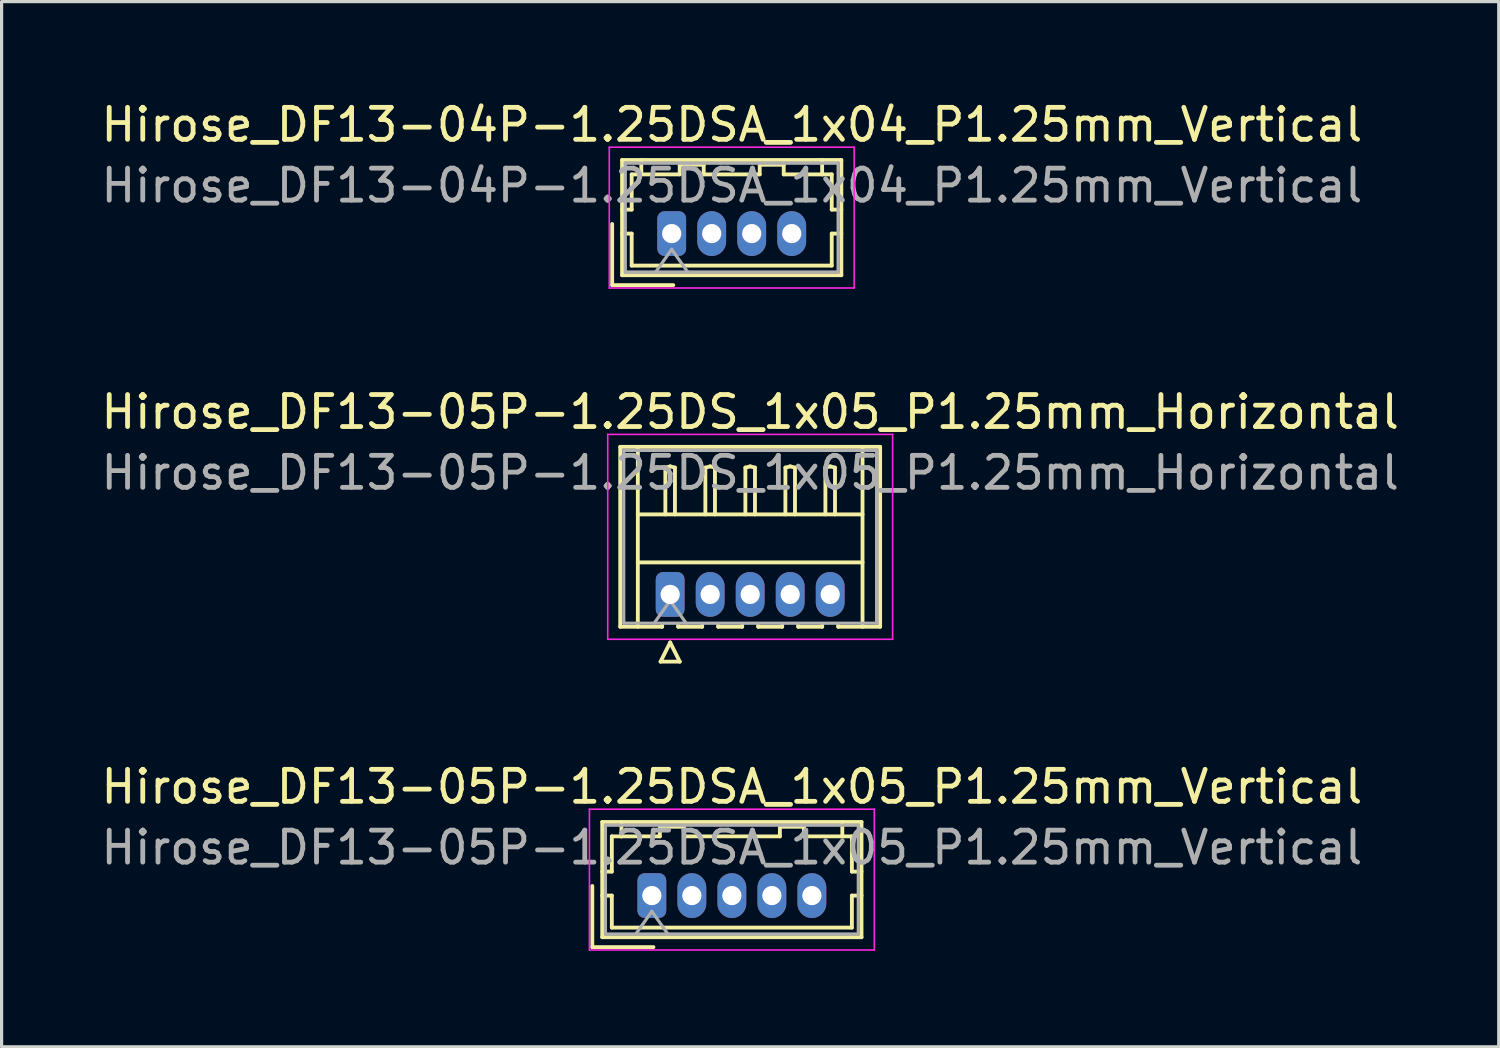
<source format=kicad_pcb>
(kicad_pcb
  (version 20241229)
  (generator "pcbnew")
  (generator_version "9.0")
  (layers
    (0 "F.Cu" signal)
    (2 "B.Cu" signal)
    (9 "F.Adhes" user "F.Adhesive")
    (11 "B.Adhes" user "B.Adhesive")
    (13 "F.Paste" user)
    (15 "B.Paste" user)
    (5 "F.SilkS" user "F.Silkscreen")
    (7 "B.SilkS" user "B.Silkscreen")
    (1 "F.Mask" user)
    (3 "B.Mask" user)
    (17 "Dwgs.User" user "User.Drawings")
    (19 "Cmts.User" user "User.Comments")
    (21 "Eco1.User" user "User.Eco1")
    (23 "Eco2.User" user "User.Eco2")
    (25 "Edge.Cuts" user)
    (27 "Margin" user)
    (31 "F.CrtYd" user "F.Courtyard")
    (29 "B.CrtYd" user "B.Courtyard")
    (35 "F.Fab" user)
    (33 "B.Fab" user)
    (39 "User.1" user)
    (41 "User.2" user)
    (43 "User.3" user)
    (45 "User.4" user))
  (footprint "Hirose_DF13-04P-1.25DSA_1x04_P1.25mm_Vertical"
    (layer "F.Cu")
    (at 17.935 4.248)
    (property "Reference" "Hirose_DF13-04P-1.25DSA_1x04_P1.25mm_Vertical" (at 1.88 -3.4 0) (layer "F.SilkS") (effects (font (size 1 1) (thickness 0.15))))
    (attr through_hole)
    (fp_line (start -1.86 -0.3) (end -1.86 1.61) (stroke (width 0.12) (type solid)) (layer "F.SilkS"))
    (fp_line (start -1.86 1.61) (end 0.05 1.61) (stroke (width 0.12) (type solid)) (layer "F.SilkS"))
    (fp_line (start -1.55 -2.3) (end -1.55 1.3) (stroke (width 0.12) (type solid)) (layer "F.SilkS"))
    (fp_line (start -1.55 -0.75) (end -1.25 -0.75) (stroke (width 0.12) (type solid)) (layer "F.SilkS"))
    (fp_line (start -1.55 0) (end -1.25 0) (stroke (width 0.12) (type solid)) (layer "F.SilkS"))
    (fp_line (start -1.55 1.3) (end 5.3 1.3) (stroke (width 0.12) (type solid)) (layer "F.SilkS"))
    (fp_line (start -1.25 -1.85) (end -0.95 -1.85) (stroke (width 0.12) (type solid)) (layer "F.SilkS"))
    (fp_line (start -1.25 -0.75) (end -1.25 -1.85) (stroke (width 0.12) (type solid)) (layer "F.SilkS"))
    (fp_line (start -1.25 0) (end -1.25 1) (stroke (width 0.12) (type solid)) (layer "F.SilkS"))
    (fp_line (start -1.25 1) (end 5 1) (stroke (width 0.12) (type solid)) (layer "F.SilkS"))
    (fp_line (start -0.95 -1.85) (end -0.95 -2.3) (stroke (width 0.12) (type solid)) (layer "F.SilkS"))
    (fp_line (start -0.95 -1.85) (end 0.25 -1.85) (stroke (width 0.12) (type solid)) (layer "F.SilkS"))
    (fp_line (start 0.25 -2.15) (end 1 -2.15) (stroke (width 0.12) (type solid)) (layer "F.SilkS"))
    (fp_line (start 0.25 -1.85) (end 0.25 -2.15) (stroke (width 0.12) (type solid)) (layer "F.SilkS"))
    (fp_line (start 1 -2.15) (end 1 -1.85) (stroke (width 0.12) (type solid)) (layer "F.SilkS"))
    (fp_line (start 1 -1.85) (end 2.75 -1.85) (stroke (width 0.12) (type solid)) (layer "F.SilkS"))
    (fp_line (start 2.75 -2.15) (end 3.5 -2.15) (stroke (width 0.12) (type solid)) (layer "F.SilkS"))
    (fp_line (start 2.75 -1.85) (end 2.75 -2.15) (stroke (width 0.12) (type solid)) (layer "F.SilkS"))
    (fp_line (start 3.5 -2.15) (end 3.5 -1.85) (stroke (width 0.12) (type solid)) (layer "F.SilkS"))
    (fp_line (start 3.5 -1.85) (end 4.7 -1.85) (stroke (width 0.12) (type solid)) (layer "F.SilkS"))
    (fp_line (start 4.7 -1.85) (end 4.7 -2.3) (stroke (width 0.12) (type solid)) (layer "F.SilkS"))
    (fp_line (start 5 -1.85) (end 4.7 -1.85) (stroke (width 0.12) (type solid)) (layer "F.SilkS"))
    (fp_line (start 5 -0.75) (end 5 -1.85) (stroke (width 0.12) (type solid)) (layer "F.SilkS"))
    (fp_line (start 5 0) (end 5.3 0) (stroke (width 0.12) (type solid)) (layer "F.SilkS"))
    (fp_line (start 5 1) (end 5 0) (stroke (width 0.12) (type solid)) (layer "F.SilkS"))
    (fp_line (start 5.3 -2.3) (end -1.55 -2.3) (stroke (width 0.12) (type solid)) (layer "F.SilkS"))
    (fp_line (start 5.3 -0.75) (end 5 -0.75) (stroke (width 0.12) (type solid)) (layer "F.SilkS"))
    (fp_line (start 5.3 1.3) (end 5.3 -2.3) (stroke (width 0.12) (type solid)) (layer "F.SilkS"))
    (fp_line (start -1.95 -2.7) (end -1.95 1.7) (stroke (width 0.05) (type solid)) (layer "F.CrtYd"))
    (fp_line (start -1.95 1.7) (end 5.7 1.7) (stroke (width 0.05) (type solid)) (layer "F.CrtYd"))
    (fp_line (start 5.7 -2.7) (end -1.95 -2.7) (stroke (width 0.05) (type solid)) (layer "F.CrtYd"))
    (fp_line (start 5.7 1.7) (end 5.7 -2.7) (stroke (width 0.05) (type solid)) (layer "F.CrtYd"))
    (fp_line (start -1.45 -2.2) (end -1.45 1.2) (stroke (width 0.1) (type solid)) (layer "F.Fab"))
    (fp_line (start -1.45 1.2) (end 5.2 1.2) (stroke (width 0.1) (type solid)) (layer "F.Fab"))
    (fp_line (start -0.5 1.2) (end 0 0.493) (stroke (width 0.1) (type solid)) (layer "F.Fab"))
    (fp_line (start 0 0.493) (end 0.5 1.2) (stroke (width 0.1) (type solid)) (layer "F.Fab"))
    (fp_line (start 5.2 -2.2) (end -1.45 -2.2) (stroke (width 0.1) (type solid)) (layer "F.Fab"))
    (fp_line (start 5.2 1.2) (end 5.2 -2.2) (stroke (width 0.1) (type solid)) (layer "F.Fab"))
    (fp_text user "${REFERENCE}" (at 1.88 -1.5 0) (layer "F.Fab") (effects (font (size 1 1) (thickness 0.15))))
    (pad "1" thru_hole roundrect (at 0 0) (size 0.9 1.4) (drill 0.6) (layers "*.Cu" "*.Mask") (roundrect_rratio 0.25))
    (pad "2" thru_hole oval (at 1.25 0) (size 0.9 1.4) (drill 0.6) (layers "*.Cu" "*.Mask"))
    (pad "3" thru_hole oval (at 2.5 0) (size 0.9 1.4) (drill 0.6) (layers "*.Cu" "*.Mask"))
    (pad "4" thru_hole oval (at 3.75 0) (size 0.9 1.4) (drill 0.6) (layers "*.Cu" "*.Mask")))
  (footprint "Hirose_DF13-05P-1.25DS_1x05_P1.25mm_Horizontal"
    (layer "F.Cu")
    (at 17.887 15.521)
    (property "Reference" "Hirose_DF13-05P-1.25DS_1x05_P1.25mm_Horizontal" (at 2.5 -5.7 0) (layer "F.SilkS") (effects (font (size 1 1) (thickness 0.15))))
    (attr through_hole)
    (fp_line (start -1.56 -4.61) (end 6.56 -4.61) (stroke (width 0.12) (type solid)) (layer "F.SilkS"))
    (fp_line (start -1.56 1.01) (end -1.56 -4.61) (stroke (width 0.12) (type solid)) (layer "F.SilkS"))
    (fp_line (start -1.01 -4.61) (end -1.01 1.01) (stroke (width 0.12) (type solid)) (layer "F.SilkS"))
    (fp_line (start -1.01 -2.5) (end 6.01 -2.5) (stroke (width 0.12) (type solid)) (layer "F.SilkS"))
    (fp_line (start -1.01 -1) (end 6.01 -1) (stroke (width 0.12) (type solid)) (layer "F.SilkS"))
    (fp_line (start -0.3 2.1) (end 0.3 2.1) (stroke (width 0.12) (type solid)) (layer "F.SilkS"))
    (fp_line (start -0.25 0.96) (end -0.25 1.01) (stroke (width 0.12) (type solid)) (layer "F.SilkS"))
    (fp_line (start -0.25 1.01) (end -1.56 1.01) (stroke (width 0.12) (type solid)) (layer "F.SilkS"))
    (fp_line (start -0.15 -3.962) (end 0 -4) (stroke (width 0.12) (type solid)) (layer "F.SilkS"))
    (fp_line (start -0.15 -2.5) (end -0.15 -3.962) (stroke (width 0.12) (type solid)) (layer "F.SilkS"))
    (fp_line (start 0 -4) (end 0.15 -3.962) (stroke (width 0.12) (type solid)) (layer "F.SilkS"))
    (fp_line (start 0 1.5) (end -0.3 2.1) (stroke (width 0.12) (type solid)) (layer "F.SilkS"))
    (fp_line (start 0.15 -3.962) (end 0.15 -2.5) (stroke (width 0.12) (type solid)) (layer "F.SilkS"))
    (fp_line (start 0.25 0.96) (end 0.25 1.01) (stroke (width 0.12) (type solid)) (layer "F.SilkS"))
    (fp_line (start 0.25 1.01) (end 1 1.01) (stroke (width 0.12) (type solid)) (layer "F.SilkS"))
    (fp_line (start 0.3 2.1) (end 0 1.5) (stroke (width 0.12) (type solid)) (layer "F.SilkS"))
    (fp_line (start 1 1.01) (end 1 0.96) (stroke (width 0.12) (type solid)) (layer "F.SilkS"))
    (fp_line (start 1.1 -3.962) (end 1.25 -4) (stroke (width 0.12) (type solid)) (layer "F.SilkS"))
    (fp_line (start 1.1 -2.5) (end 1.1 -3.962) (stroke (width 0.12) (type solid)) (layer "F.SilkS"))
    (fp_line (start 1.25 -4) (end 1.4 -3.962) (stroke (width 0.12) (type solid)) (layer "F.SilkS"))
    (fp_line (start 1.4 -3.962) (end 1.4 -2.5) (stroke (width 0.12) (type solid)) (layer "F.SilkS"))
    (fp_line (start 1.5 0.96) (end 1.5 1.01) (stroke (width 0.12) (type solid)) (layer "F.SilkS"))
    (fp_line (start 1.5 1.01) (end 2.25 1.01) (stroke (width 0.12) (type solid)) (layer "F.SilkS"))
    (fp_line (start 2.25 1.01) (end 2.25 0.96) (stroke (width 0.12) (type solid)) (layer "F.SilkS"))
    (fp_line (start 2.35 -3.962) (end 2.5 -4) (stroke (width 0.12) (type solid)) (layer "F.SilkS"))
    (fp_line (start 2.35 -2.5) (end 2.35 -3.962) (stroke (width 0.12) (type solid)) (layer "F.SilkS"))
    (fp_line (start 2.5 -4) (end 2.65 -3.962) (stroke (width 0.12) (type solid)) (layer "F.SilkS"))
    (fp_line (start 2.65 -3.962) (end 2.65 -2.5) (stroke (width 0.12) (type solid)) (layer "F.SilkS"))
    (fp_line (start 2.75 0.96) (end 2.75 1.01) (stroke (width 0.12) (type solid)) (layer "F.SilkS"))
    (fp_line (start 2.75 1.01) (end 3.5 1.01) (stroke (width 0.12) (type solid)) (layer "F.SilkS"))
    (fp_line (start 3.5 1.01) (end 3.5 0.96) (stroke (width 0.12) (type solid)) (layer "F.SilkS"))
    (fp_line (start 3.6 -3.962) (end 3.75 -4) (stroke (width 0.12) (type solid)) (layer "F.SilkS"))
    (fp_line (start 3.6 -2.5) (end 3.6 -3.962) (stroke (width 0.12) (type solid)) (layer "F.SilkS"))
    (fp_line (start 3.75 -4) (end 3.9 -3.962) (stroke (width 0.12) (type solid)) (layer "F.SilkS"))
    (fp_line (start 3.9 -3.962) (end 3.9 -2.5) (stroke (width 0.12) (type solid)) (layer "F.SilkS"))
    (fp_line (start 4 0.96) (end 4 1.01) (stroke (width 0.12) (type solid)) (layer "F.SilkS"))
    (fp_line (start 4 1.01) (end 4.75 1.01) (stroke (width 0.12) (type solid)) (layer "F.SilkS"))
    (fp_line (start 4.75 1.01) (end 4.75 0.96) (stroke (width 0.12) (type solid)) (layer "F.SilkS"))
    (fp_line (start 4.85 -3.962) (end 5 -4) (stroke (width 0.12) (type solid)) (layer "F.SilkS"))
    (fp_line (start 4.85 -2.5) (end 4.85 -3.962) (stroke (width 0.12) (type solid)) (layer "F.SilkS"))
    (fp_line (start 5 -4) (end 5.15 -3.962) (stroke (width 0.12) (type solid)) (layer "F.SilkS"))
    (fp_line (start 5.15 -3.962) (end 5.15 -2.5) (stroke (width 0.12) (type solid)) (layer "F.SilkS"))
    (fp_line (start 5.25 1.01) (end 5.25 0.96) (stroke (width 0.12) (type solid)) (layer "F.SilkS"))
    (fp_line (start 6.01 -4.61) (end 6.01 1.01) (stroke (width 0.12) (type solid)) (layer "F.SilkS"))
    (fp_line (start 6.56 -4.61) (end 6.56 1.01) (stroke (width 0.12) (type solid)) (layer "F.SilkS"))
    (fp_line (start 6.56 1.01) (end 5.25 1.01) (stroke (width 0.12) (type solid)) (layer "F.SilkS"))
    (fp_line (start -1.95 -5) (end -1.95 1.4) (stroke (width 0.05) (type solid)) (layer "F.CrtYd"))
    (fp_line (start -1.95 1.4) (end 6.95 1.4) (stroke (width 0.05) (type solid)) (layer "F.CrtYd"))
    (fp_line (start 6.95 -5) (end -1.95 -5) (stroke (width 0.05) (type solid)) (layer "F.CrtYd"))
    (fp_line (start 6.95 1.4) (end 6.95 -5) (stroke (width 0.05) (type solid)) (layer "F.CrtYd"))
    (fp_line (start -1.45 -4.5) (end -1.45 0.9) (stroke (width 0.1) (type solid)) (layer "F.Fab"))
    (fp_line (start -1.45 0.9) (end 6.45 0.9) (stroke (width 0.1) (type solid)) (layer "F.Fab"))
    (fp_line (start -0.5 0.9) (end 0 0.193) (stroke (width 0.1) (type solid)) (layer "F.Fab"))
    (fp_line (start 0 0.193) (end 0.5 0.9) (stroke (width 0.1) (type solid)) (layer "F.Fab"))
    (fp_line (start 6.45 -4.5) (end -1.45 -4.5) (stroke (width 0.1) (type solid)) (layer "F.Fab"))
    (fp_line (start 6.45 0.9) (end 6.45 -4.5) (stroke (width 0.1) (type solid)) (layer "F.Fab"))
    (fp_text user "${REFERENCE}" (at 2.5 -3.8 0) (layer "F.Fab") (effects (font (size 1 1) (thickness 0.15))))
    (pad "1" thru_hole roundrect (at 0 0) (size 0.9 1.4) (drill 0.6) (layers "*.Cu" "*.Mask") (roundrect_rratio 0.25))
    (pad "2" thru_hole oval (at 1.25 0) (size 0.9 1.4) (drill 0.6) (layers "*.Cu" "*.Mask"))
    (pad "3" thru_hole oval (at 2.5 0) (size 0.9 1.4) (drill 0.6) (layers "*.Cu" "*.Mask"))
    (pad "4" thru_hole oval (at 3.75 0) (size 0.9 1.4) (drill 0.6) (layers "*.Cu" "*.Mask"))
    (pad "5" thru_hole oval (at 5 0) (size 0.9 1.4) (drill 0.6) (layers "*.Cu" "*.Mask")))
  (footprint "Hirose_DF13-05P-1.25DSA_1x05_P1.25mm_Vertical"
    (layer "F.Cu")
    (at 17.315 24.93)
    (property "Reference" "Hirose_DF13-05P-1.25DSA_1x05_P1.25mm_Vertical" (at 2.5 -3.4 0) (layer "F.SilkS") (effects (font (size 1 1) (thickness 0.15))))
    (attr through_hole)
    (fp_line (start -1.86 -0.3) (end -1.86 1.61) (stroke (width 0.12) (type solid)) (layer "F.SilkS"))
    (fp_line (start -1.86 1.61) (end 0.05 1.61) (stroke (width 0.12) (type solid)) (layer "F.SilkS"))
    (fp_line (start -1.55 -2.3) (end -1.55 1.3) (stroke (width 0.12) (type solid)) (layer "F.SilkS"))
    (fp_line (start -1.55 -0.75) (end -1.25 -0.75) (stroke (width 0.12) (type solid)) (layer "F.SilkS"))
    (fp_line (start -1.55 0) (end -1.25 0) (stroke (width 0.12) (type solid)) (layer "F.SilkS"))
    (fp_line (start -1.55 1.3) (end 6.55 1.3) (stroke (width 0.12) (type solid)) (layer "F.SilkS"))
    (fp_line (start -1.25 -1.85) (end -0.95 -1.85) (stroke (width 0.12) (type solid)) (layer "F.SilkS"))
    (fp_line (start -1.25 -0.75) (end -1.25 -1.85) (stroke (width 0.12) (type solid)) (layer "F.SilkS"))
    (fp_line (start -1.25 0) (end -1.25 1) (stroke (width 0.12) (type solid)) (layer "F.SilkS"))
    (fp_line (start -1.25 1) (end 6.25 1) (stroke (width 0.12) (type solid)) (layer "F.SilkS"))
    (fp_line (start -0.95 -1.85) (end -0.95 -2.3) (stroke (width 0.12) (type solid)) (layer "F.SilkS"))
    (fp_line (start -0.95 -1.85) (end 0.25 -1.85) (stroke (width 0.12) (type solid)) (layer "F.SilkS"))
    (fp_line (start 0.25 -2.15) (end 1 -2.15) (stroke (width 0.12) (type solid)) (layer "F.SilkS"))
    (fp_line (start 0.25 -1.85) (end 0.25 -2.15) (stroke (width 0.12) (type solid)) (layer "F.SilkS"))
    (fp_line (start 1 -2.15) (end 1 -1.85) (stroke (width 0.12) (type solid)) (layer "F.SilkS"))
    (fp_line (start 1 -1.85) (end 4 -1.85) (stroke (width 0.12) (type solid)) (layer "F.SilkS"))
    (fp_line (start 4 -2.15) (end 4.75 -2.15) (stroke (width 0.12) (type solid)) (layer "F.SilkS"))
    (fp_line (start 4 -1.85) (end 4 -2.15) (stroke (width 0.12) (type solid)) (layer "F.SilkS"))
    (fp_line (start 4.75 -2.15) (end 4.75 -1.85) (stroke (width 0.12) (type solid)) (layer "F.SilkS"))
    (fp_line (start 4.75 -1.85) (end 5.95 -1.85) (stroke (width 0.12) (type solid)) (layer "F.SilkS"))
    (fp_line (start 5.95 -1.85) (end 5.95 -2.3) (stroke (width 0.12) (type solid)) (layer "F.SilkS"))
    (fp_line (start 6.25 -1.85) (end 5.95 -1.85) (stroke (width 0.12) (type solid)) (layer "F.SilkS"))
    (fp_line (start 6.25 -0.75) (end 6.25 -1.85) (stroke (width 0.12) (type solid)) (layer "F.SilkS"))
    (fp_line (start 6.25 0) (end 6.55 0) (stroke (width 0.12) (type solid)) (layer "F.SilkS"))
    (fp_line (start 6.25 1) (end 6.25 0) (stroke (width 0.12) (type solid)) (layer "F.SilkS"))
    (fp_line (start 6.55 -2.3) (end -1.55 -2.3) (stroke (width 0.12) (type solid)) (layer "F.SilkS"))
    (fp_line (start 6.55 -0.75) (end 6.25 -0.75) (stroke (width 0.12) (type solid)) (layer "F.SilkS"))
    (fp_line (start 6.55 1.3) (end 6.55 -2.3) (stroke (width 0.12) (type solid)) (layer "F.SilkS"))
    (fp_line (start -1.95 -2.7) (end -1.95 1.7) (stroke (width 0.05) (type solid)) (layer "F.CrtYd"))
    (fp_line (start -1.95 1.7) (end 6.95 1.7) (stroke (width 0.05) (type solid)) (layer "F.CrtYd"))
    (fp_line (start 6.95 -2.7) (end -1.95 -2.7) (stroke (width 0.05) (type solid)) (layer "F.CrtYd"))
    (fp_line (start 6.95 1.7) (end 6.95 -2.7) (stroke (width 0.05) (type solid)) (layer "F.CrtYd"))
    (fp_line (start -1.45 -2.2) (end -1.45 1.2) (stroke (width 0.1) (type solid)) (layer "F.Fab"))
    (fp_line (start -1.45 1.2) (end 6.45 1.2) (stroke (width 0.1) (type solid)) (layer "F.Fab"))
    (fp_line (start -0.5 1.2) (end 0 0.493) (stroke (width 0.1) (type solid)) (layer "F.Fab"))
    (fp_line (start 0 0.493) (end 0.5 1.2) (stroke (width 0.1) (type solid)) (layer "F.Fab"))
    (fp_line (start 6.45 -2.2) (end -1.45 -2.2) (stroke (width 0.1) (type solid)) (layer "F.Fab"))
    (fp_line (start 6.45 1.2) (end 6.45 -2.2) (stroke (width 0.1) (type solid)) (layer "F.Fab"))
    (fp_text user "${REFERENCE}" (at 2.5 -1.5 0) (layer "F.Fab") (effects (font (size 1 1) (thickness 0.15))))
    (pad "1" thru_hole roundrect (at 0 0) (size 0.9 1.4) (drill 0.6) (layers "*.Cu" "*.Mask") (roundrect_rratio 0.25))
    (pad "2" thru_hole oval (at 1.25 0) (size 0.9 1.4) (drill 0.6) (layers "*.Cu" "*.Mask"))
    (pad "3" thru_hole oval (at 2.5 0) (size 0.9 1.4) (drill 0.6) (layers "*.Cu" "*.Mask"))
    (pad "4" thru_hole oval (at 3.75 0) (size 0.9 1.4) (drill 0.6) (layers "*.Cu" "*.Mask"))
    (pad "5" thru_hole oval (at 5 0) (size 0.9 1.4) (drill 0.6) (layers "*.Cu" "*.Mask")))
  (gr_rect
    (start -3 -3)
    (end 43.774 29.655)
    (stroke (width 0.1) (type default))
    (fill no)
    (layer "Edge.Cuts")))
</source>
